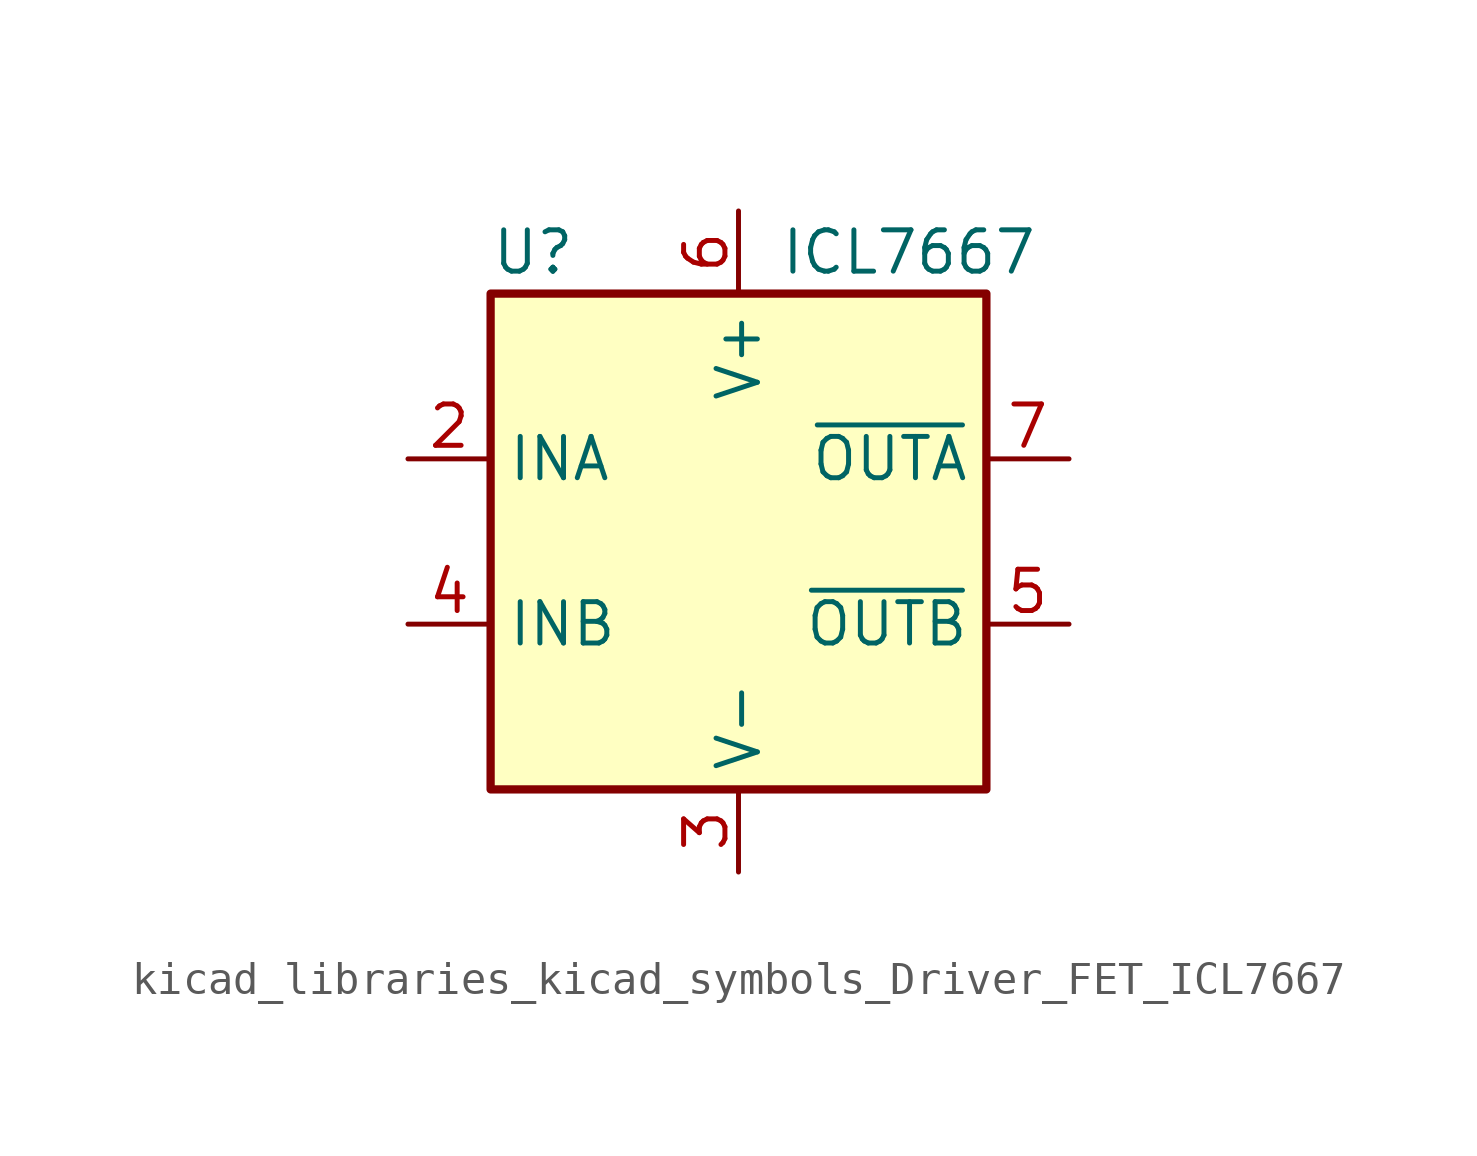
<source format=kicad_sym>
(kicad_symbol_lib
  (version 20220914)
  (generator kicad_symbol_editor)
  (symbol "kicad_libraries_kicad_symbols_Driver_FET_ICL7667"
    (property "Reference" "U"
      (at -7.62 8.89 0)
      (effects (font (size 1.27 1.27)) (justify left)))
    (property "Value" "ICL7667"
      (at 1.27 8.89 0)
      (effects (font (size 1.27 1.27)) (justify left)))
    (symbol "kicad_libraries_kicad_symbols_Driver_FET_ICL7667_0_1"
      (rectangle (start -7.62 -7.62) (end 7.62 7.62) (stroke (width 0.254) (type default)) (fill (type background))))
    (symbol "kicad_libraries_kicad_symbols_Driver_FET_ICL7667_1_1"
      (pin no_connect line (at -7.62 0 0) (length 2.54) hide (name "NC" (effects (font (size 1.27 1.27)))) (number "1" (effects (font (size 1.27 1.27)))))
      (pin input line (at -10.16 2.54 0) (length 2.54) (name "INA" (effects (font (size 1.27 1.27)))) (number "2" (effects (font (size 1.27 1.27)))))
      (pin power_in line (at 0 -10.16 90) (length 2.54) (name "V-" (effects (font (size 1.27 1.27)))) (number "3" (effects (font (size 1.27 1.27)))))
      (pin input line (at -10.16 -2.54 0) (length 2.54) (name "INB" (effects (font (size 1.27 1.27)))) (number "4" (effects (font (size 1.27 1.27)))))
      (pin output line (at 10.16 -2.54 180) (length 2.54) (name "~{OUTB}" (effects (font (size 1.27 1.27)))) (number "5" (effects (font (size 1.27 1.27)))))
      (pin power_in line (at 0 10.16 270) (length 2.54) (name "V+" (effects (font (size 1.27 1.27)))) (number "6" (effects (font (size 1.27 1.27)))))
      (pin output line (at 10.16 2.54 180) (length 2.54) (name "~{OUTA}" (effects (font (size 1.27 1.27)))) (number "7" (effects (font (size 1.27 1.27)))))
      (pin no_connect line (at 7.62 0 180) (length 2.54) hide (name "NC" (effects (font (size 1.27 1.27)))) (number "8" (effects (font (size 1.27 1.27))))))))
</source>
